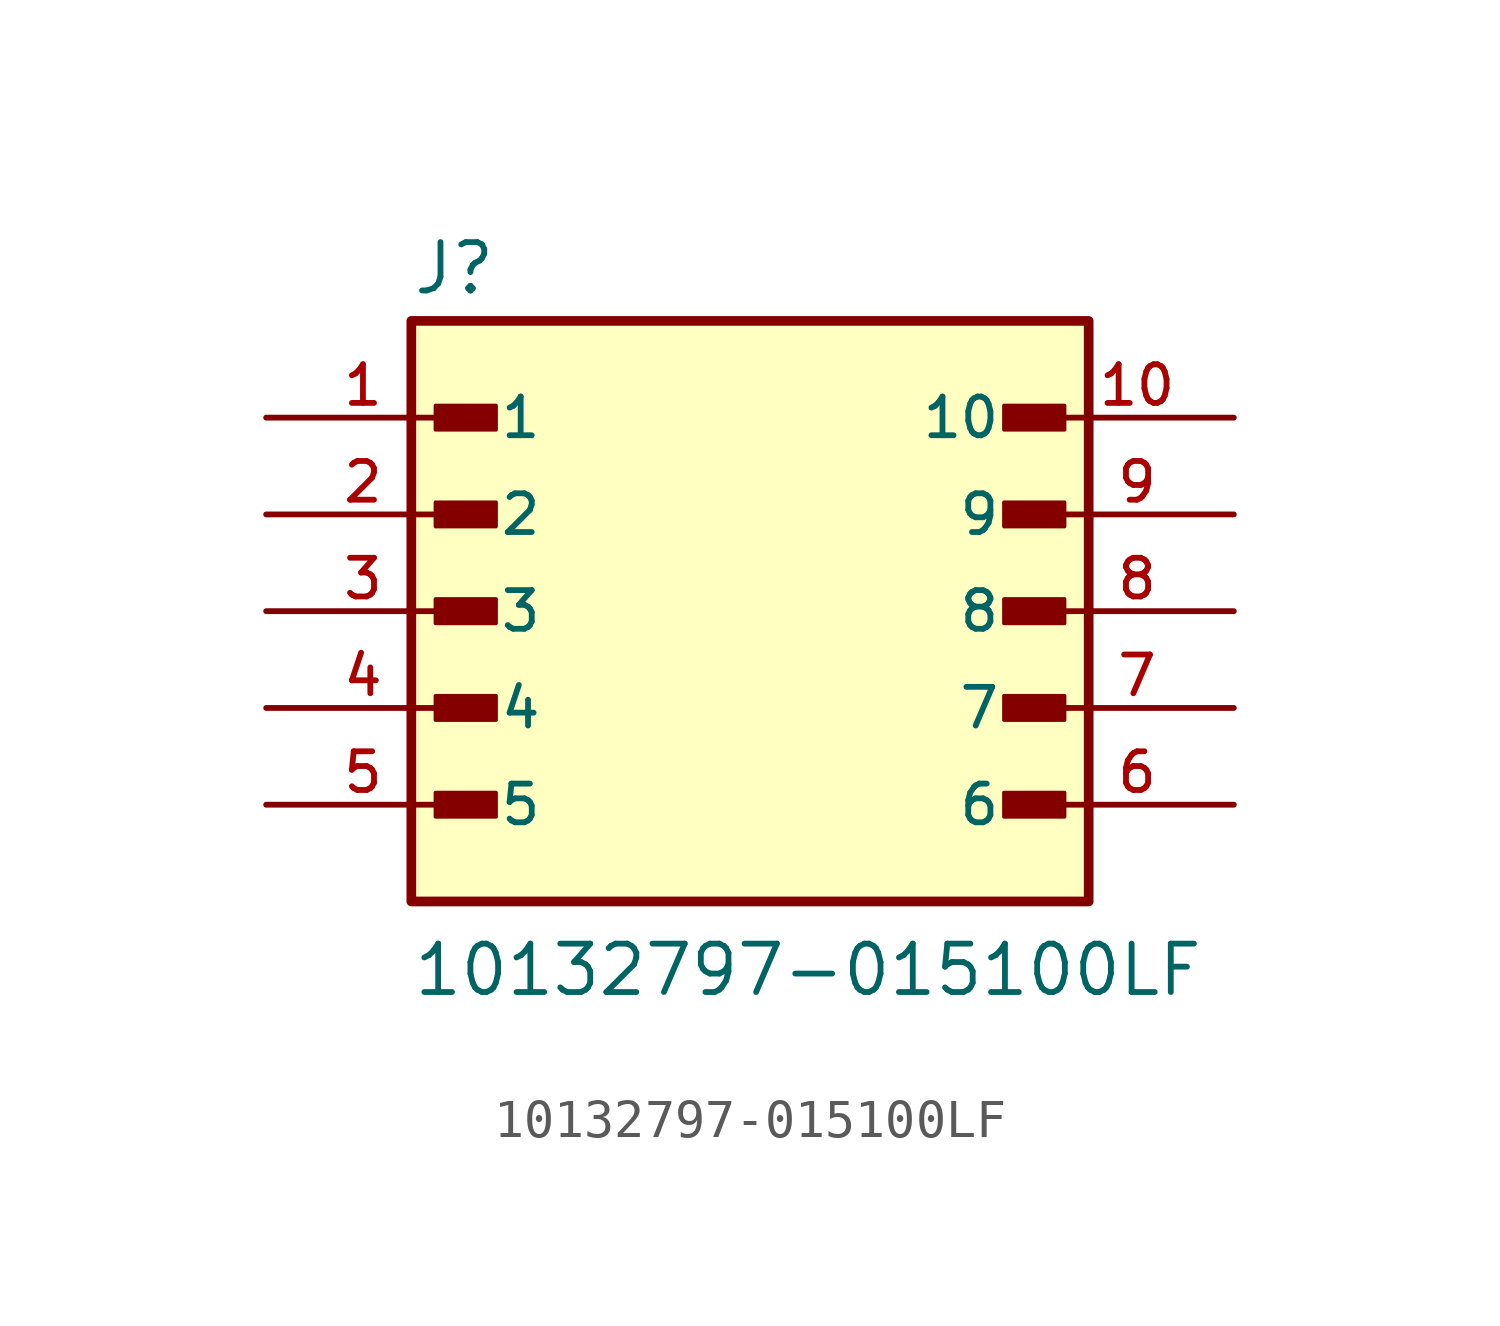
<source format=kicad_sym>
(kicad_symbol_lib
  (version 20241209)
  (generator "kicad_symbol_editor")
  (generator_version "9.0")
  (symbol "10132797-015100LF"
    (pin_names
      (offset 1.016))
    (property "Reference" "J"
      (at -8.89 8.255 0)
      (effects (font (size 1.27 1.27)) (justify left bottom)))
    (property "Value" "10132797-015100LF"
      (at -8.89 -10.16 0)
      (effects (font (size 1.27 1.27)) (justify left bottom)))
    (symbol "10132797-015100LF_0_0"
      (rectangle (start -8.89 -7.62) (end 8.89 7.62) (stroke (width 0.254) (type default)) (fill (type background)))
      (rectangle (start -8.255 4.763) (end -6.668 5.397) (stroke (width 0.1) (type default)) (fill (type outline)))
      (rectangle (start -8.255 2.223) (end -6.668 2.857) (stroke (width 0.1) (type default)) (fill (type outline)))
      (rectangle (start -8.255 -0.318) (end -6.668 0.318) (stroke (width 0.1) (type default)) (fill (type outline)))
      (rectangle (start -8.255 -2.857) (end -6.668 -2.223) (stroke (width 0.1) (type default)) (fill (type outline)))
      (rectangle (start -8.255 -5.397) (end -6.668 -4.763) (stroke (width 0.1) (type default)) (fill (type outline)))
      (rectangle (start 6.668 4.763) (end 8.255 5.397) (stroke (width 0.1) (type default)) (fill (type outline)))
      (rectangle (start 6.668 2.223) (end 8.255 2.857) (stroke (width 0.1) (type default)) (fill (type outline)))
      (rectangle (start 6.668 -0.318) (end 8.255 0.318) (stroke (width 0.1) (type default)) (fill (type outline)))
      (rectangle (start 6.668 -2.857) (end 8.255 -2.223) (stroke (width 0.1) (type default)) (fill (type outline)))
      (rectangle (start 6.668 -5.397) (end 8.255 -4.763) (stroke (width 0.1) (type default)) (fill (type outline)))
      (pin passive line (at -12.7 5.08 0) (length 5.08) (name "1" (effects (font (size 1.016 1.016)))) (number "1" (effects (font (size 1.016 1.016)))))
      (pin passive line (at -12.7 2.54 0) (length 5.08) (name "2" (effects (font (size 1.016 1.016)))) (number "2" (effects (font (size 1.016 1.016)))))
      (pin passive line (at -12.7 0 0) (length 5.08) (name "3" (effects (font (size 1.016 1.016)))) (number "3" (effects (font (size 1.016 1.016)))))
      (pin passive line (at -12.7 -2.54 0) (length 5.08) (name "4" (effects (font (size 1.016 1.016)))) (number "4" (effects (font (size 1.016 1.016)))))
      (pin passive line (at -12.7 -5.08 0) (length 5.08) (name "5" (effects (font (size 1.016 1.016)))) (number "5" (effects (font (size 1.016 1.016)))))
      (pin passive line (at 12.7 5.08 180) (length 5.08) (name "10" (effects (font (size 1.016 1.016)))) (number "10" (effects (font (size 1.016 1.016)))))
      (pin passive line (at 12.7 2.54 180) (length 5.08) (name "9" (effects (font (size 1.016 1.016)))) (number "9" (effects (font (size 1.016 1.016)))))
      (pin passive line (at 12.7 0 180) (length 5.08) (name "8" (effects (font (size 1.016 1.016)))) (number "8" (effects (font (size 1.016 1.016)))))
      (pin passive line (at 12.7 -2.54 180) (length 5.08) (name "7" (effects (font (size 1.016 1.016)))) (number "7" (effects (font (size 1.016 1.016)))))
      (pin passive line (at 12.7 -5.08 180) (length 5.08) (name "6" (effects (font (size 1.016 1.016)))) (number "6" (effects (font (size 1.016 1.016))))))))
</source>
